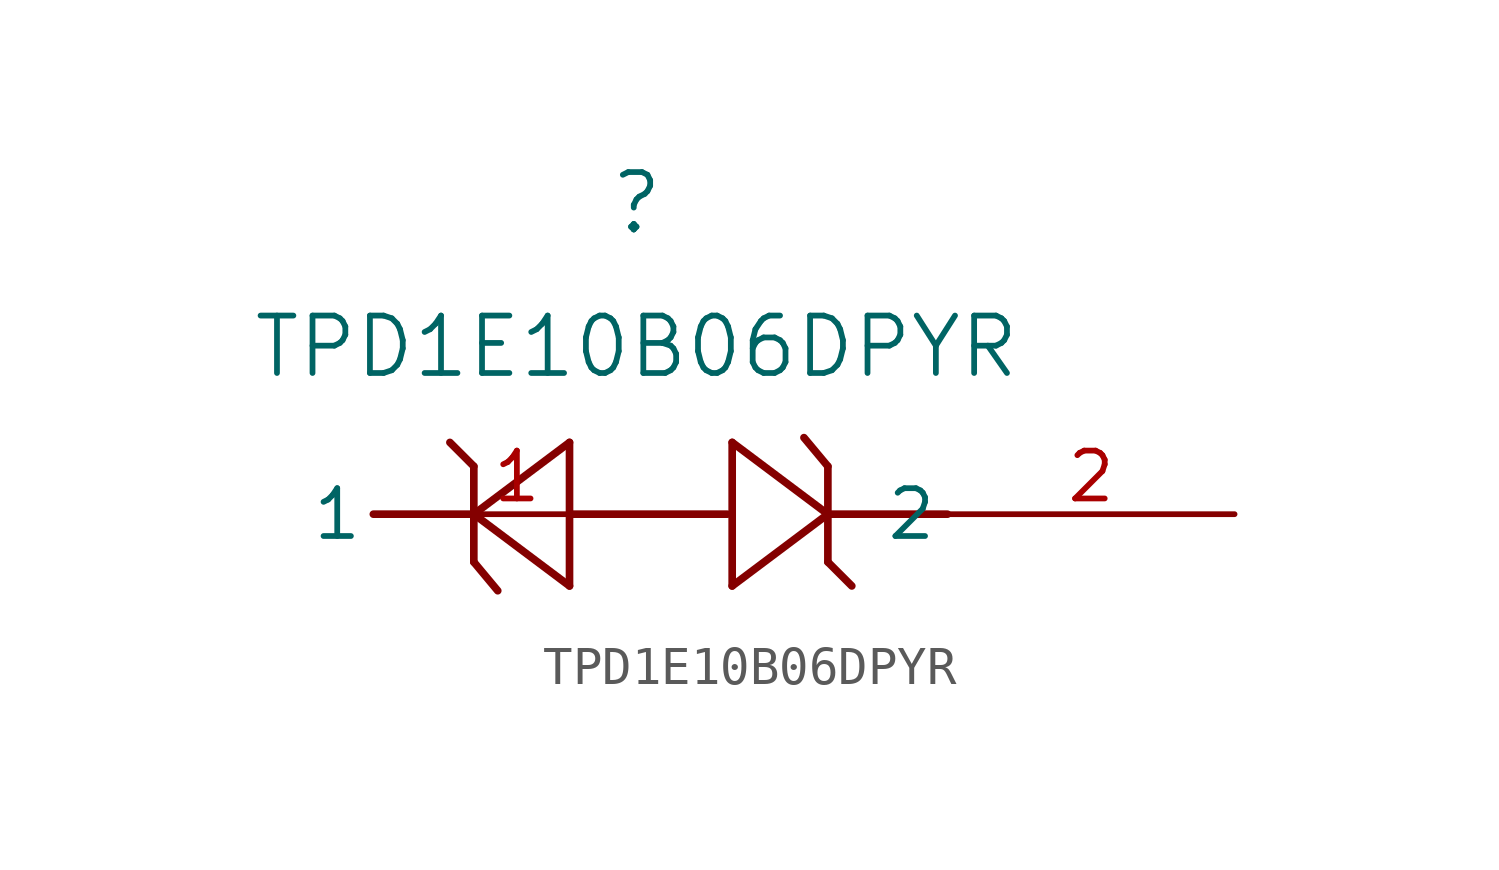
<source format=kicad_sym>
(kicad_symbol_lib
  (version 20211014)
  (generator kicad_symbol_editor)
  (symbol "TPD1E10B06DPYR"
    (pin_names
      (offset 0.254))
    (property "Reference" ""
      (at 14.605 8.255 0)
      (effects (font (size 1.524 1.524))))
    (property "Value" "TPD1E10B06DPYR"
      (at 14.605 4.445 0)
      (effects (font (size 1.524 1.524))))
    (symbol "TPD1E10B06DPYR_0_1"
      (polyline (pts (xy 7.62 0) (xy 10.287 0)) (stroke (width 0.203) (type default) (color 0 0 0 0)) (fill (type none)))
      (polyline (pts (xy 12.827 -1.905) (xy 12.827 1.905)) (stroke (width 0.203) (type default) (color 0 0 0 0)) (fill (type none)))
      (polyline (pts (xy 17.018 0) (xy 12.827 0)) (stroke (width 0.203) (type default) (color 0 0 0 0)) (fill (type none)))
      (polyline (pts (xy 10.287 1.27) (xy 10.287 -1.27)) (stroke (width 0.203) (type default) (color 0 0 0 0)) (fill (type none)))
      (polyline (pts (xy 19.685 0) (xy 22.86 0)) (stroke (width 0.203) (type default) (color 0 0 0 0)) (fill (type none)))
      (polyline (pts (xy 10.287 0) (xy 12.827 -1.905)) (stroke (width 0.203) (type default) (color 0 0 0 0)) (fill (type none)))
      (polyline (pts (xy 12.827 1.905) (xy 10.287 0)) (stroke (width 0.203) (type default) (color 0 0 0 0)) (fill (type none)))
      (polyline (pts (xy 9.652 1.905) (xy 10.287 1.27)) (stroke (width 0.203) (type default) (color 0 0 0 0)) (fill (type none)))
      (polyline (pts (xy 10.922 -2.032) (xy 10.287 -1.27)) (stroke (width 0.203) (type default) (color 0 0 0 0)) (fill (type none)))
      (polyline (pts (xy 17.145 1.905) (xy 17.145 -1.905)) (stroke (width 0.203) (type default) (color 0 0 0 0)) (fill (type none)))
      (polyline (pts (xy 19.685 -1.27) (xy 19.685 1.27)) (stroke (width 0.203) (type default) (color 0 0 0 0)) (fill (type none)))
      (polyline (pts (xy 19.685 0) (xy 17.145 1.905)) (stroke (width 0.203) (type default) (color 0 0 0 0)) (fill (type none)))
      (polyline (pts (xy 17.145 -1.905) (xy 19.685 0)) (stroke (width 0.203) (type default) (color 0 0 0 0)) (fill (type none)))
      (polyline (pts (xy 20.32 -1.905) (xy 19.685 -1.27)) (stroke (width 0.203) (type default) (color 0 0 0 0)) (fill (type none)))
      (polyline (pts (xy 19.05 2.032) (xy 19.685 1.27)) (stroke (width 0.203) (type default) (color 0 0 0 0)) (fill (type none)))
      (pin unspecified line (at 30.48 0 180) (length 7.62) (name "2" (effects (font (size 1.27 1.27)))) (number "2" (effects (font (size 1.27 1.27)))))
      (pin unspecified line (at 15.24 0 180) (length 7.62) (name "1" (effects (font (size 1.27 1.27)))) (number "1" (effects (font (size 1.27 1.27))))))))
</source>
